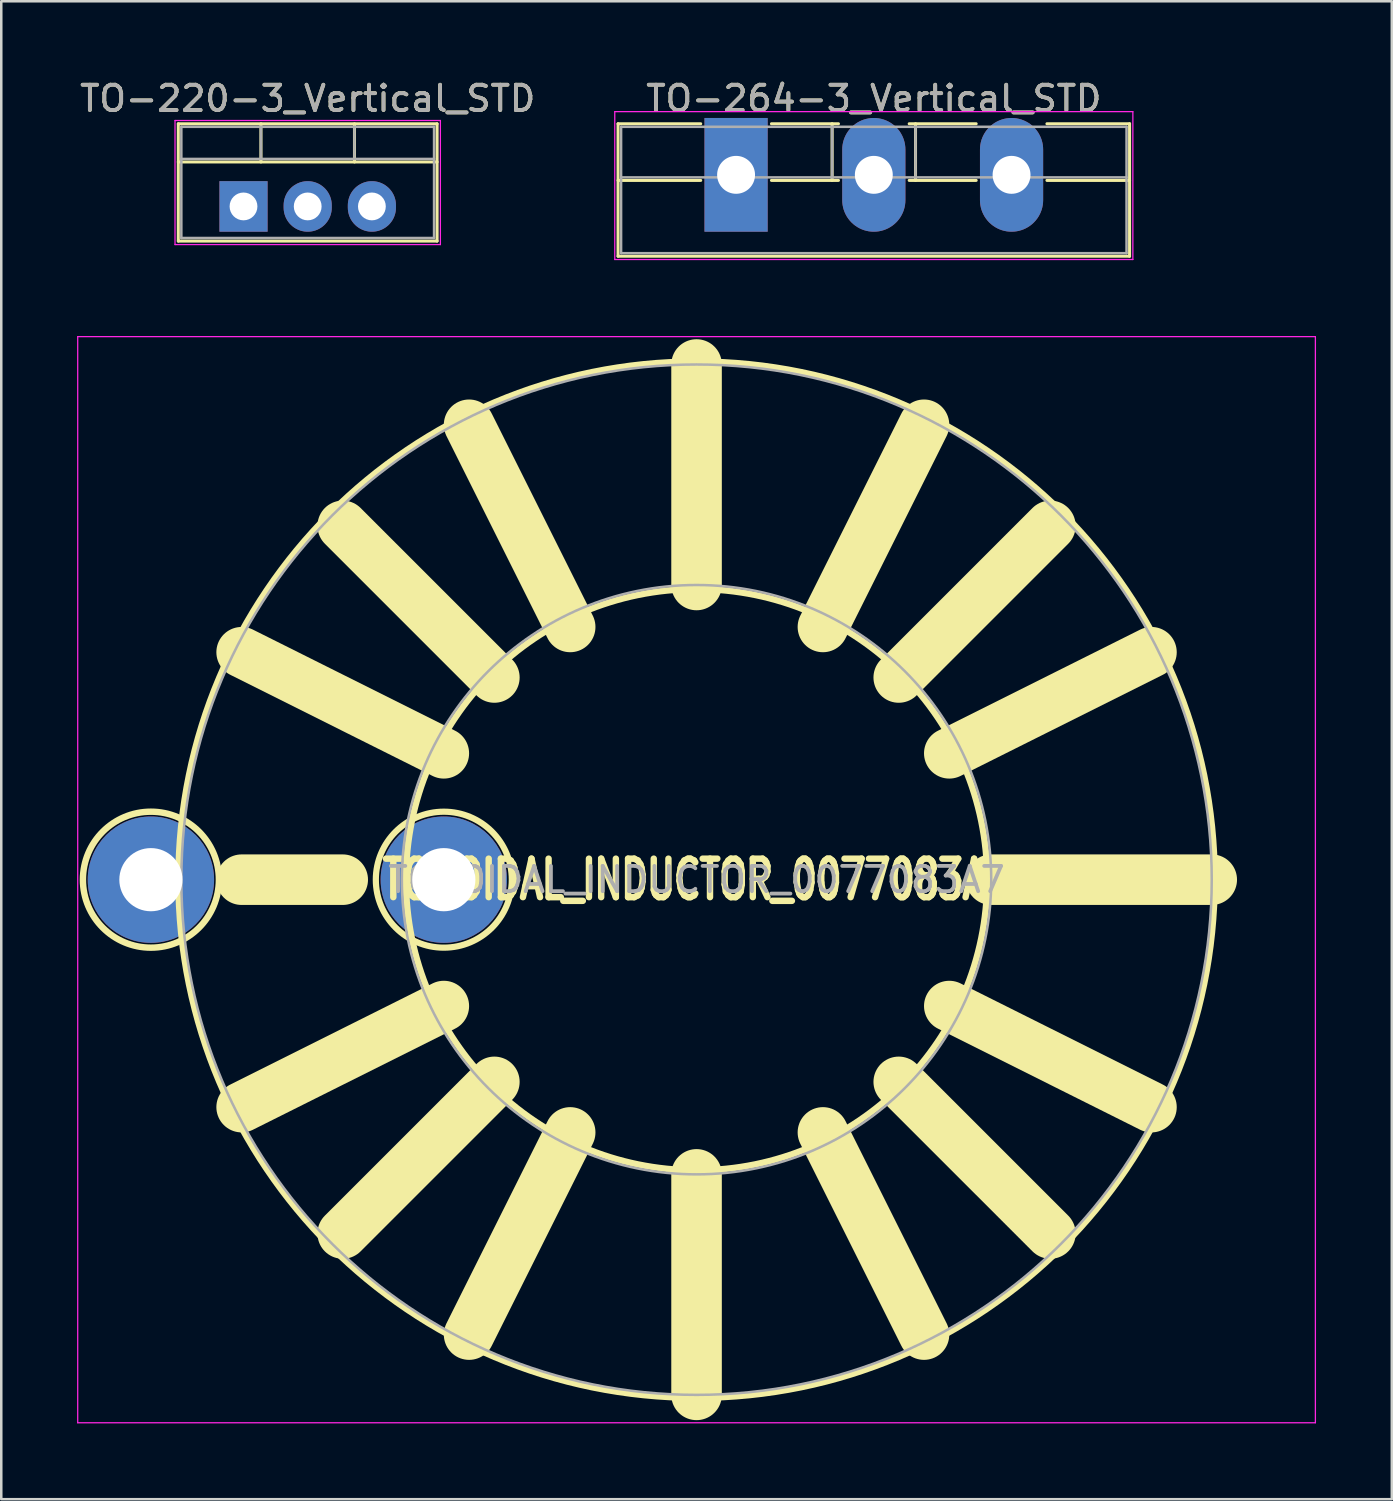
<source format=kicad_pcb>
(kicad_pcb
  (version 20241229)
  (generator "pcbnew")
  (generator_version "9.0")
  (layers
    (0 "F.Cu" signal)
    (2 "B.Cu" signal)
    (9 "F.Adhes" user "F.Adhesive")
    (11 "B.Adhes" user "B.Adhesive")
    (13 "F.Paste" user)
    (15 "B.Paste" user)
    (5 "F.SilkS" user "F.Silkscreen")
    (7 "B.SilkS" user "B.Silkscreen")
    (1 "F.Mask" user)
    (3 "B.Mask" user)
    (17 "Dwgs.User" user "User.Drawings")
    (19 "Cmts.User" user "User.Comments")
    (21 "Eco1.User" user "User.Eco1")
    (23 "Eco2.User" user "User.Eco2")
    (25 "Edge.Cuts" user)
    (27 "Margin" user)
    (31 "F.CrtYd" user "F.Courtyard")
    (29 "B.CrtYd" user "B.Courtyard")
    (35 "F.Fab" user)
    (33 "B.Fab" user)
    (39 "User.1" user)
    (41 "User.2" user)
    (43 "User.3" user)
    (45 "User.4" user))
  (footprint "TO-220-3_Vertical_STD"
    (layer "F.Cu")
    (at 6.585 5.118)
    (property "Reference" "TO-220-3_Vertical_STD" (at 2.54 -4.27 0) (layer "F.SilkS") (effects (font (size 1 1) (thickness 0.15))))
    (attr through_hole)
    (fp_line (start -2.58 -3.27) (end -2.58 1.371) (stroke (width 0.12) (type solid)) (layer "F.SilkS"))
    (fp_line (start -2.58 -3.27) (end 7.66 -3.27) (stroke (width 0.12) (type solid)) (layer "F.SilkS"))
    (fp_line (start -2.58 -1.76) (end 7.66 -1.76) (stroke (width 0.12) (type solid)) (layer "F.SilkS"))
    (fp_line (start -2.58 1.371) (end 7.66 1.371) (stroke (width 0.12) (type solid)) (layer "F.SilkS"))
    (fp_line (start 0.69 -3.27) (end 0.69 -1.76) (stroke (width 0.12) (type solid)) (layer "F.SilkS"))
    (fp_line (start 4.391 -3.27) (end 4.391 -1.76) (stroke (width 0.12) (type solid)) (layer "F.SilkS"))
    (fp_line (start 7.66 -3.27) (end 7.66 1.371) (stroke (width 0.12) (type solid)) (layer "F.SilkS"))
    (fp_line (start -2.71 -3.4) (end -2.71 1.51) (stroke (width 0.05) (type solid)) (layer "F.CrtYd"))
    (fp_line (start -2.71 1.51) (end 7.79 1.51) (stroke (width 0.05) (type solid)) (layer "F.CrtYd"))
    (fp_line (start 7.79 -3.4) (end -2.71 -3.4) (stroke (width 0.05) (type solid)) (layer "F.CrtYd"))
    (fp_line (start 7.79 1.51) (end 7.79 -3.4) (stroke (width 0.05) (type solid)) (layer "F.CrtYd"))
    (fp_line (start -2.46 -3.15) (end -2.46 1.25) (stroke (width 0.1) (type solid)) (layer "F.Fab"))
    (fp_line (start -2.46 -1.88) (end 7.54 -1.88) (stroke (width 0.1) (type solid)) (layer "F.Fab"))
    (fp_line (start -2.46 1.25) (end 7.54 1.25) (stroke (width 0.1) (type solid)) (layer "F.Fab"))
    (fp_line (start 0.69 -3.15) (end 0.69 -1.88) (stroke (width 0.1) (type solid)) (layer "F.Fab"))
    (fp_line (start 4.39 -3.15) (end 4.39 -1.88) (stroke (width 0.1) (type solid)) (layer "F.Fab"))
    (fp_line (start 7.54 -3.15) (end -2.46 -3.15) (stroke (width 0.1) (type solid)) (layer "F.Fab"))
    (fp_line (start 7.54 1.25) (end 7.54 -3.15) (stroke (width 0.1) (type solid)) (layer "F.Fab"))
    (fp_text user "${REFERENCE}" (at 2.54 -4.27 0) (layer "F.Fab") (effects (font (size 1 1) (thickness 0.15))))
    (pad "1" thru_hole oval (at 2.54 0) (size 1.905 2) (drill 1.1) (layers "*.Cu" "*.Mask"))
    (pad "2" thru_hole rect (at 0 0) (size 1.905 2) (drill 1.1) (layers "*.Cu" "*.Mask"))
    (pad "3" thru_hole oval (at 5.08 0) (size 1.905 2) (drill 1.1) (layers "*.Cu" "*.Mask")))
  (footprint "TOROIDAL_INDUCTOR_0077083A7"
    (layer "F.Cu")
    (at 24.511 31.757)
    (property "Reference" "TOROIDAL_INDUCTOR_0077083A7" (at 0 0 0) (unlocked yes) (layer "F.SilkS") (effects (font (size 1.524 1.016) (thickness 0.254))))
    (attr through_hole)
    (fp_line (start -18 -9) (end -10 -5) (stroke (width 2) (type solid)) (layer "F.SilkS"))
    (fp_line (start -18 0) (end -14 0) (stroke (width 2) (type solid)) (layer "F.SilkS"))
    (fp_line (start -18 9) (end -10 5) (stroke (width 2) (type solid)) (layer "F.SilkS"))
    (fp_line (start -14 -14) (end -8 -8) (stroke (width 2) (type solid)) (layer "F.SilkS"))
    (fp_line (start -14 14) (end -8 8) (stroke (width 2) (type solid)) (layer "F.SilkS"))
    (fp_line (start -9 -18) (end -5 -10) (stroke (width 2) (type solid)) (layer "F.SilkS"))
    (fp_line (start -9 18) (end -5 10) (stroke (width 2) (type solid)) (layer "F.SilkS"))
    (fp_line (start 0 -20.385) (end 0 -11.66) (stroke (width 2) (type solid)) (layer "F.SilkS"))
    (fp_line (start 0 11.66) (end 0 20.385) (stroke (width 2) (type solid)) (layer "F.SilkS"))
    (fp_line (start 9 -18) (end 5 -10) (stroke (width 2) (type solid)) (layer "F.SilkS"))
    (fp_line (start 9 18) (end 5 10) (stroke (width 2) (type solid)) (layer "F.SilkS"))
    (fp_line (start 11.66 0) (end 20.385 0) (stroke (width 2) (type solid)) (layer "F.SilkS"))
    (fp_line (start 14 -14) (end 8 -8) (stroke (width 2) (type solid)) (layer "F.SilkS"))
    (fp_line (start 14 14) (end 8 8) (stroke (width 2) (type solid)) (layer "F.SilkS"))
    (fp_line (start 18 -9) (end 10 -5) (stroke (width 2) (type solid)) (layer "F.SilkS"))
    (fp_line (start 18 9) (end 10 5) (stroke (width 2) (type solid)) (layer "F.SilkS"))
    (fp_circle (center -21.59 0) (end -18.9 0) (stroke (width 0.254) (type solid)) (fill no) (layer "F.SilkS"))
    (fp_circle (center -10 0) (end -7.31 0) (stroke (width 0.245) (type solid)) (fill no) (layer "F.SilkS"))
    (fp_circle (center 0 0) (end 11.5 0) (stroke (width 0.254) (type solid)) (fill no) (layer "F.SilkS"))
    (fp_circle (center 0 0) (end 20.5 0) (stroke (width 0.254) (type solid)) (fill no) (layer "F.SilkS"))
    (fp_line (start -24.486 -21.488) (end -24.486 21.488) (stroke (width 0.05) (type solid)) (layer "F.CrtYd"))
    (fp_line (start -24.486 21.488) (end 24.486 21.488) (stroke (width 0.05) (type solid)) (layer "F.CrtYd"))
    (fp_line (start 24.486 -21.488) (end -24.486 -21.488) (stroke (width 0.05) (type solid)) (layer "F.CrtYd"))
    (fp_line (start 24.486 21.488) (end 24.486 -21.488) (stroke (width 0.05) (type solid)) (layer "F.CrtYd"))
    (fp_circle (center 0 0) (end 11.66 0) (stroke (width 0.1) (type solid)) (fill no) (layer "F.Fab"))
    (fp_circle (center 0 0) (end 20.385 0) (stroke (width 0.1) (type solid)) (fill no) (layer "F.Fab"))
    (fp_text user "${REFERENCE}" (at 0 0 0) (unlocked yes) (layer "F.Fab") (effects (font (size 1 1) (thickness 0.15))))
    (pad "1" thru_hole circle (at -21.59 0) (size 5 5) (drill 2.5) (layers "*.Cu" "*.Mask"))
    (pad "2" thru_hole circle (at -10 0) (size 5 5) (drill 2.5) (layers "*.Cu" "*.Mask")))
  (footprint "TO-264-3_Vertical_STD"
    (layer "F.Cu")
    (at 26.075 3.868)
    (property "Reference" "TO-264-3_Vertical_STD" (at 5.45 -3.02 0) (layer "F.SilkS") (effects (font (size 1 1) (thickness 0.15))))
    (attr through_hole)
    (fp_line (start -4.67 -2.021) (end -4.67 3.22) (stroke (width 0.12) (type solid)) (layer "F.SilkS"))
    (fp_line (start -4.67 -2.021) (end -1.4 -2.021) (stroke (width 0.12) (type solid)) (layer "F.SilkS"))
    (fp_line (start -4.67 0.22) (end -1.4 0.22) (stroke (width 0.12) (type solid)) (layer "F.SilkS"))
    (fp_line (start -4.67 3.22) (end 15.57 3.22) (stroke (width 0.12) (type solid)) (layer "F.SilkS"))
    (fp_line (start 1.4 -2.021) (end 4.051 -2.021) (stroke (width 0.12) (type solid)) (layer "F.SilkS"))
    (fp_line (start 1.4 0.22) (end 4.051 0.22) (stroke (width 0.12) (type solid)) (layer "F.SilkS"))
    (fp_line (start 3.8 -2.021) (end 3.8 0.22) (stroke (width 0.12) (type solid)) (layer "F.SilkS"))
    (fp_line (start 6.85 -2.021) (end 9.5 -2.021) (stroke (width 0.12) (type solid)) (layer "F.SilkS"))
    (fp_line (start 6.85 0.22) (end 9.5 0.22) (stroke (width 0.12) (type solid)) (layer "F.SilkS"))
    (fp_line (start 7.1 -2.021) (end 7.1 0.22) (stroke (width 0.12) (type solid)) (layer "F.SilkS"))
    (fp_line (start 12.3 -2.021) (end 15.57 -2.021) (stroke (width 0.12) (type solid)) (layer "F.SilkS"))
    (fp_line (start 12.3 0.22) (end 15.57 0.22) (stroke (width 0.12) (type solid)) (layer "F.SilkS"))
    (fp_line (start 15.57 -2.021) (end 15.57 3.22) (stroke (width 0.12) (type solid)) (layer "F.SilkS"))
    (fp_line (start -4.8 -2.5) (end -4.8 3.35) (stroke (width 0.05) (type solid)) (layer "F.CrtYd"))
    (fp_line (start -4.8 3.35) (end 15.7 3.35) (stroke (width 0.05) (type solid)) (layer "F.CrtYd"))
    (fp_line (start 15.7 -2.5) (end -4.8 -2.5) (stroke (width 0.05) (type solid)) (layer "F.CrtYd"))
    (fp_line (start 15.7 3.35) (end 15.7 -2.5) (stroke (width 0.05) (type solid)) (layer "F.CrtYd"))
    (fp_line (start -4.55 -1.9) (end -4.55 3.1) (stroke (width 0.1) (type solid)) (layer "F.Fab"))
    (fp_line (start -4.55 0.1) (end 15.45 0.1) (stroke (width 0.1) (type solid)) (layer "F.Fab"))
    (fp_line (start -4.55 3.1) (end 15.45 3.1) (stroke (width 0.1) (type solid)) (layer "F.Fab"))
    (fp_line (start 3.8 -1.9) (end 3.8 0.1) (stroke (width 0.1) (type solid)) (layer "F.Fab"))
    (fp_line (start 7.1 -1.9) (end 7.1 0.1) (stroke (width 0.1) (type solid)) (layer "F.Fab"))
    (fp_line (start 15.45 -1.9) (end -4.55 -1.9) (stroke (width 0.1) (type solid)) (layer "F.Fab"))
    (fp_line (start 15.45 3.1) (end 15.45 -1.9) (stroke (width 0.1) (type solid)) (layer "F.Fab"))
    (fp_text user "${REFERENCE}" (at 5.45 -3.02 0) (layer "F.Fab") (effects (font (size 1 1) (thickness 0.15))))
    (pad "1" thru_hole oval (at 5.45 0) (size 2.5 4.5) (drill 1.5) (layers "*.Cu" "*.Mask"))
    (pad "2" thru_hole rect (at 0 0) (size 2.5 4.5) (drill 1.5) (layers "*.Cu" "*.Mask"))
    (pad "3" thru_hole oval (at 10.9 0) (size 2.5 4.5) (drill 1.5) (layers "*.Cu" "*.Mask")))
  (gr_rect
    (start -3 -3)
    (end 52.021 56.27)
    (stroke (width 0.1) (type default))
    (fill no)
    (layer "Edge.Cuts")))
</source>
